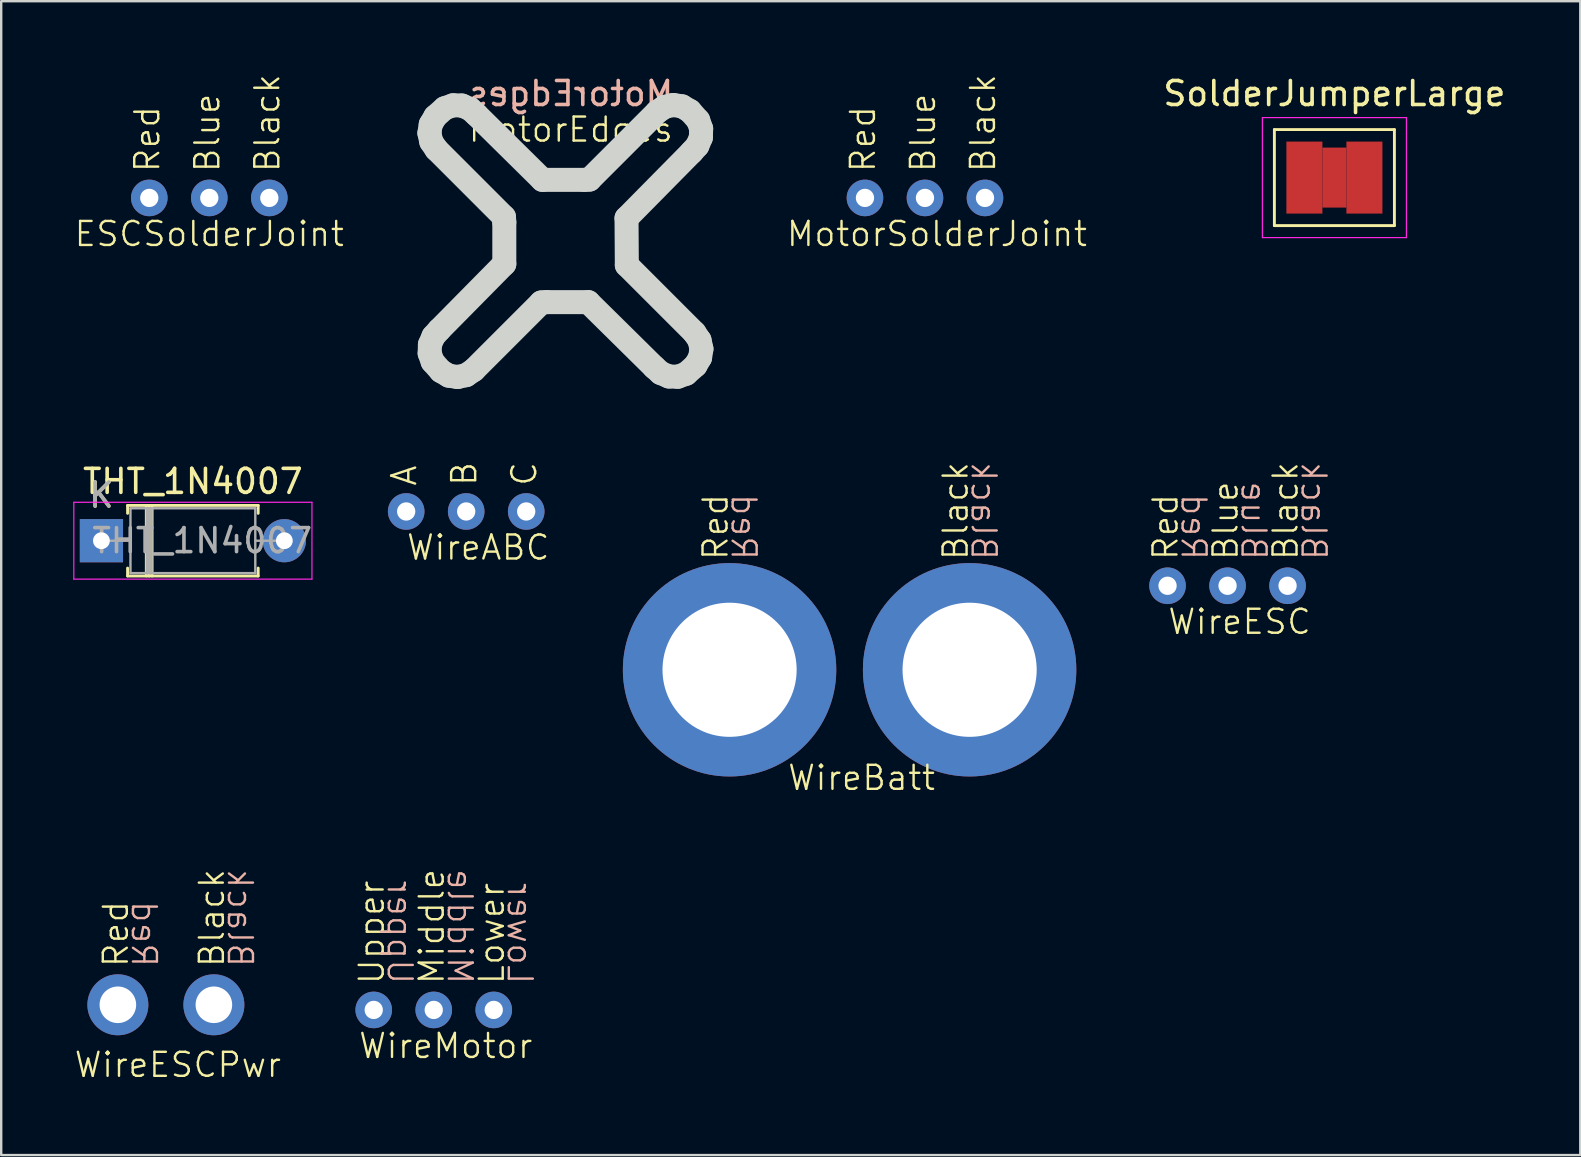
<source format=kicad_pcb>
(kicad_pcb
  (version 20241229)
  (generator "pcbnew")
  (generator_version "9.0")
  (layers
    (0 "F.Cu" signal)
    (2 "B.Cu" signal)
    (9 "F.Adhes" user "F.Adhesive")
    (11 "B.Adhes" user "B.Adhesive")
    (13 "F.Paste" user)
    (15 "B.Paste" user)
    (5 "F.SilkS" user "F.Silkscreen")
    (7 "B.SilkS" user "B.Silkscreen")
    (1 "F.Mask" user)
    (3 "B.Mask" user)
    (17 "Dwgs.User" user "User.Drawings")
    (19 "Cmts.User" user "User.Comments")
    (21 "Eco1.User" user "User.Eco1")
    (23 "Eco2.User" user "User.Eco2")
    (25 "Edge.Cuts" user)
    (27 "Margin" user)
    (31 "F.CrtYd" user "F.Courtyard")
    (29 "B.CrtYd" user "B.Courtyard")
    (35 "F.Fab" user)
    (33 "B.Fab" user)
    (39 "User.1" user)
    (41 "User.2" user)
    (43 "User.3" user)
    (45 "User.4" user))
  (footprint "WireBatt"
    (layer "F.Cu")
    (at 32.343 24.852)
    (property "Reference" "WireBatt" (at 0.5 4.5 0) (unlocked yes) (layer "F.SilkS") (effects (font (size 1 1) (thickness 0.1))))
    (fp_text user "Black" (at 5 -4.5 90) (unlocked yes) (layer "F.SilkS") (effects (font (size 1 1) (thickness 0.1)) (justify left bottom)))
    (fp_text user "Red" (at -5 -4.5 90) (unlocked yes) (layer "F.SilkS") (effects (font (size 1 1) (thickness 0.1)) (justify left bottom)))
    (fp_text user "Red" (at -5 -4.5 270) (unlocked yes) (layer "B.SilkS") (effects (font (size 1 1) (thickness 0.1)) (justify left bottom mirror)))
    (fp_text user "Black" (at 5 -4.5 270) (unlocked yes) (layer "B.SilkS") (effects (font (size 1 1) (thickness 0.1)) (justify left bottom mirror)))
    (pad "1" thru_hole circle (at -5 0) (size 8.89 8.89) (drill 5.588) (layers "*.Cu" "*.Mask"))
    (pad "2" thru_hole circle (at 5 0) (size 8.89 8.89) (drill 5.588) (layers "*.Cu" "*.Mask")))
  (footprint "WireMotor"
    (layer "F.Cu")
    (at 15.019 39.022)
    (property "Reference" "WireMotor" (at 0.5 1.5 0) (unlocked yes) (layer "F.SilkS") (effects (font (size 1 1) (thickness 0.1))))
    (fp_text user "Upper" (at -2 -1 90) (unlocked yes) (layer "F.SilkS") (effects (font (size 1 1) (thickness 0.1)) (justify left bottom)))
    (fp_text user "Lower" (at 3 -1 90) (unlocked yes) (layer "F.SilkS") (effects (font (size 1 1) (thickness 0.1)) (justify left bottom)))
    (fp_text user "Middle" (at 0.5 -1 90) (unlocked yes) (layer "F.SilkS") (effects (font (size 1 1) (thickness 0.1)) (justify left bottom)))
    (fp_text user "Upper" (at -2 -1 270) (unlocked yes) (layer "B.SilkS") (effects (font (size 1 1) (thickness 0.1)) (justify left bottom mirror)))
    (fp_text user "Middle" (at 0.5 -1 270) (unlocked yes) (layer "B.SilkS") (effects (font (size 1 1) (thickness 0.1)) (justify left bottom mirror)))
    (fp_text user "Lower" (at 3 -1 270) (unlocked yes) (layer "B.SilkS") (effects (font (size 1 1) (thickness 0.1)) (justify left bottom mirror)))
    (pad "1" thru_hole circle (at -2.5 0) (size 1.524 1.524) (drill 0.762) (layers "*.Cu" "*.Mask"))
    (pad "2" thru_hole circle (at 0 0) (size 1.524 1.524) (drill 0.762) (layers "*.Cu" "*.Mask"))
    (pad "3" thru_hole circle (at 2.5 0) (size 1.524 1.524) (drill 0.762) (layers "*.Cu" "*.Mask")))
  (footprint "WireABC"
    (layer "F.Cu")
    (at 16.371 18.257)
    (property "Reference" "WireABC" (at 0.5 1.5 0) (unlocked yes) (layer "F.SilkS") (effects (font (size 1 1) (thickness 0.1))))
    (fp_text user "B" (at 0.5 -1 90) (unlocked yes) (layer "F.SilkS") (effects (font (size 1 1) (thickness 0.1)) (justify left bottom)))
    (fp_text user "C" (at 3 -1 90) (unlocked yes) (layer "F.SilkS") (effects (font (size 1 1) (thickness 0.1)) (justify left bottom)))
    (fp_text user "A" (at -2 -1 90) (unlocked yes) (layer "F.SilkS") (effects (font (size 1 1) (thickness 0.1)) (justify left bottom)))
    (pad "1" thru_hole circle (at -2.5 0) (size 1.524 1.524) (drill 0.762) (layers "*.Cu" "*.Mask"))
    (pad "2" thru_hole circle (at 0 0) (size 1.524 1.524) (drill 0.762) (layers "*.Cu" "*.Mask"))
    (pad "3" thru_hole circle (at 2.5 0) (size 1.524 1.524) (drill 0.762) (layers "*.Cu" "*.Mask")))
  (footprint "ESCSolderJoint"
    (layer "F.Cu")
    (at 5.669 5.195)
    (property "Reference" "ESCSolderJoint" (at 0 1.5 0) (unlocked yes) (layer "F.SilkS") (effects (font (size 1 1) (thickness 0.1))))
    (fp_text user "Black" (at 3 -1 90) (unlocked yes) (layer "F.SilkS") (effects (font (size 1 1) (thickness 0.1)) (justify left bottom)))
    (fp_text user "Red" (at -2 -1 90) (unlocked yes) (layer "F.SilkS") (effects (font (size 1 1) (thickness 0.1)) (justify left bottom)))
    (fp_text user "Blue" (at 0.5 -1 90) (unlocked yes) (layer "F.SilkS") (effects (font (size 1 1) (thickness 0.1)) (justify left bottom)))
    (pad "1" thru_hole circle (at -2.5 0) (size 1.524 1.524) (drill 0.762) (layers "*.Cu" "*.Mask"))
    (pad "2" thru_hole circle (at 0 0) (size 1.524 1.524) (drill 0.762) (layers "*.Cu" "*.Mask"))
    (pad "3" thru_hole circle (at 2.5 0) (size 1.524 1.524) (drill 0.762) (layers "*.Cu" "*.Mask")))
  (footprint "THT_1N4007"
    (layer "F.Cu")
    (at 1.175 19.475)
    (property "Reference" "THT_1N4007" (at 3.81 -2.47 0) (layer "F.SilkS") (effects (font (size 1 1) (thickness 0.15))))
    (attr through_hole)
    (fp_line (start 1.09 -1.47) (end 6.53 -1.47) (stroke (width 0.12) (type solid)) (layer "F.SilkS"))
    (fp_line (start 1.09 -1.14) (end 1.09 -1.47) (stroke (width 0.12) (type solid)) (layer "F.SilkS"))
    (fp_line (start 1.09 1.14) (end 1.09 1.47) (stroke (width 0.12) (type solid)) (layer "F.SilkS"))
    (fp_line (start 1.09 1.47) (end 6.53 1.47) (stroke (width 0.12) (type solid)) (layer "F.SilkS"))
    (fp_line (start 1.87 -1.47) (end 1.87 1.47) (stroke (width 0.12) (type solid)) (layer "F.SilkS"))
    (fp_line (start 1.99 -1.47) (end 1.99 1.47) (stroke (width 0.12) (type solid)) (layer "F.SilkS"))
    (fp_line (start 2.11 -1.47) (end 2.11 1.47) (stroke (width 0.12) (type solid)) (layer "F.SilkS"))
    (fp_line (start 6.53 -1.47) (end 6.53 -1.14) (stroke (width 0.12) (type solid)) (layer "F.SilkS"))
    (fp_line (start 6.53 1.47) (end 6.53 1.14) (stroke (width 0.12) (type solid)) (layer "F.SilkS"))
    (fp_line (start -1.15 -1.6) (end -1.15 1.6) (stroke (width 0.05) (type solid)) (layer "F.CrtYd"))
    (fp_line (start -1.15 1.6) (end 8.77 1.6) (stroke (width 0.05) (type solid)) (layer "F.CrtYd"))
    (fp_line (start 8.77 -1.6) (end -1.15 -1.6) (stroke (width 0.05) (type solid)) (layer "F.CrtYd"))
    (fp_line (start 8.77 1.6) (end 8.77 -1.6) (stroke (width 0.05) (type solid)) (layer "F.CrtYd"))
    (fp_line (start 0 0) (end 1.21 0) (stroke (width 0.1) (type solid)) (layer "F.Fab"))
    (fp_line (start 1.21 -1.35) (end 1.21 1.35) (stroke (width 0.1) (type solid)) (layer "F.Fab"))
    (fp_line (start 1.21 1.35) (end 6.41 1.35) (stroke (width 0.1) (type solid)) (layer "F.Fab"))
    (fp_line (start 1.89 -1.35) (end 1.89 1.35) (stroke (width 0.1) (type solid)) (layer "F.Fab"))
    (fp_line (start 1.99 -1.35) (end 1.99 1.35) (stroke (width 0.1) (type solid)) (layer "F.Fab"))
    (fp_line (start 2.09 -1.35) (end 2.09 1.35) (stroke (width 0.1) (type solid)) (layer "F.Fab"))
    (fp_line (start 6.41 -1.35) (end 1.21 -1.35) (stroke (width 0.1) (type solid)) (layer "F.Fab"))
    (fp_line (start 6.41 1.35) (end 6.41 -1.35) (stroke (width 0.1) (type solid)) (layer "F.Fab"))
    (fp_line (start 7.62 0) (end 6.41 0) (stroke (width 0.1) (type solid)) (layer "F.Fab"))
    (fp_text user "K" (at 0 -1.9 0) (layer "F.SilkS") (effects (font (size 1 1) (thickness 0.15))))
    (fp_text user "K" (at 0 -1.9 0) (layer "F.Fab") (effects (font (size 1 1) (thickness 0.15))))
    (fp_text user "${REFERENCE}" (at 4.2 0 0) (layer "F.Fab") (effects (font (size 1 1) (thickness 0.15))))
    (pad "1" thru_hole rect (at 0 0) (size 1.8 1.8) (drill 0.7) (layers "*.Cu" "*.Mask"))
    (pad "2" thru_hole oval (at 7.62 0) (size 1.8 1.8) (drill 0.7) (layers "*.Cu" "*.Mask")))
  (footprint "SolderJumperLarge"
    (layer "F.Cu")
    (at 52.539 4.348)
    (property "Reference" "SolderJumperLarge" (at 0 -3.5 0) (layer "F.SilkS") (effects (font (size 1 1) (thickness 0.15))))
    (attr exclude_from_pos_files exclude_from_bom)
    (fp_poly (pts (xy -0.5 -1.25) (xy 0.5 -1.25) (xy 0.5 1.25) (xy -0.5 1.25)) (stroke (width 0) (type solid)) (fill yes) (layer "F.Cu"))
    (fp_line (start -2.5 -2) (end 2.5 -2) (stroke (width 0.12) (type solid)) (layer "F.SilkS"))
    (fp_line (start -2.5 2) (end -2.5 -2) (stroke (width 0.12) (type solid)) (layer "F.SilkS"))
    (fp_line (start 2.5 -2) (end 2.5 2) (stroke (width 0.12) (type solid)) (layer "F.SilkS"))
    (fp_line (start 2.5 2) (end -2.5 2) (stroke (width 0.12) (type solid)) (layer "F.SilkS"))
    (fp_line (start -3 -2.5) (end -3 2.5) (stroke (width 0.05) (type solid)) (layer "F.CrtYd"))
    (fp_line (start -3 -2.5) (end 3 -2.5) (stroke (width 0.05) (type solid)) (layer "F.CrtYd"))
    (fp_line (start 3 2.5) (end -3 2.5) (stroke (width 0.05) (type solid)) (layer "F.CrtYd"))
    (fp_line (start 3 2.5) (end 3 -2.5) (stroke (width 0.05) (type solid)) (layer "F.CrtYd"))
    (pad "1" smd rect (at -1.25 0) (size 1.5 3) (layers "F.Cu" "F.Mask"))
    (pad "2" smd rect (at 1.25 0) (size 1.5 3) (layers "F.Cu" "F.Mask")))
  (footprint "MotorSolderJoint"
    (layer "F.Cu")
    (at 35.483 5.195)
    (property "Reference" "MotorSolderJoint" (at 0.5 1.5 0) (unlocked yes) (layer "F.SilkS") (effects (font (size 1 1) (thickness 0.1))))
    (fp_text user "Blue" (at 0.5 -1 90) (unlocked yes) (layer "F.SilkS") (effects (font (size 1 1) (thickness 0.1)) (justify left bottom)))
    (fp_text user "Black" (at 3 -1 90) (unlocked yes) (layer "F.SilkS") (effects (font (size 1 1) (thickness 0.1)) (justify left bottom)))
    (fp_text user "Red" (at -2 -1 90) (unlocked yes) (layer "F.SilkS") (effects (font (size 1 1) (thickness 0.1)) (justify left bottom)))
    (pad "1" thru_hole circle (at -2.5 0) (size 1.524 1.524) (drill 0.762) (layers "*.Cu" "*.Mask"))
    (pad "2" thru_hole circle (at 0 0) (size 1.524 1.524) (drill 0.762) (layers "*.Cu" "*.Mask"))
    (pad "3" thru_hole circle (at 2.5 0) (size 1.524 1.524) (drill 0.762) (layers "*.Cu" "*.Mask")))
  (footprint "WireESCPwr"
    (layer "F.Cu")
    (at 3.86 38.808)
    (property "Reference" "WireESCPwr" (at 0.5 2.5 0) (unlocked yes) (layer "F.SilkS") (effects (font (size 1 1) (thickness 0.1))))
    (fp_text user "Black" (at 2.5 -1.5 90) (unlocked yes) (layer "F.SilkS") (effects (font (size 1 1) (thickness 0.1)) (justify left bottom)))
    (fp_text user "Red" (at -1.5 -1.5 90) (unlocked yes) (layer "F.SilkS") (effects (font (size 1 1) (thickness 0.1)) (justify left bottom)))
    (fp_text user "Red" (at -1.5 -1.5 270) (unlocked yes) (layer "B.SilkS") (effects (font (size 1 1) (thickness 0.1)) (justify left bottom mirror)))
    (fp_text user "Black" (at 2.5 -1.5 270) (unlocked yes) (layer "B.SilkS") (effects (font (size 1 1) (thickness 0.1)) (justify left bottom mirror)))
    (pad "1" thru_hole circle (at -2 0) (size 2.54 2.54) (drill 1.524) (layers "*.Cu" "*.Mask"))
    (pad "2" thru_hole circle (at 2 0) (size 2.54 2.54) (drill 1.524) (layers "*.Cu" "*.Mask")))
  (footprint "WireESC"
    (layer "F.Cu")
    (at 48.088 21.352)
    (property "Reference" "WireESC" (at 0.5 1.5 0) (unlocked yes) (layer "F.SilkS") (effects (font (size 1 1) (thickness 0.1))))
    (fp_text user "Red" (at -2 -1 90) (unlocked yes) (layer "F.SilkS") (effects (font (size 1 1) (thickness 0.1)) (justify left bottom)))
    (fp_text user "Blue" (at 0.5 -1 90) (unlocked yes) (layer "F.SilkS") (effects (font (size 1 1) (thickness 0.1)) (justify left bottom)))
    (fp_text user "Black" (at 3 -1 90) (unlocked yes) (layer "F.SilkS") (effects (font (size 1 1) (thickness 0.1)) (justify left bottom)))
    (fp_text user "Blue" (at 0.5 -1 270) (unlocked yes) (layer "B.SilkS") (effects (font (size 1 1) (thickness 0.1)) (justify left bottom mirror)))
    (fp_text user "Red" (at -2 -1 270) (unlocked yes) (layer "B.SilkS") (effects (font (size 1 1) (thickness 0.1)) (justify left bottom mirror)))
    (fp_text user "Black" (at 3 -1 270) (unlocked yes) (layer "B.SilkS") (effects (font (size 1 1) (thickness 0.1)) (justify left bottom mirror)))
    (pad "1" thru_hole circle (at -2.5 0) (size 1.524 1.524) (drill 0.762) (layers "*.Cu" "*.Mask"))
    (pad "2" thru_hole circle (at 0 0) (size 1.524 1.524) (drill 0.762) (layers "*.Cu" "*.Mask"))
    (pad "3" thru_hole circle (at 2.5 0) (size 1.524 1.524) (drill 0.762) (layers "*.Cu" "*.Mask")))
  (footprint "MotorEdges"
    (layer "F.Cu")
    (at 20.228 7.348)
    (property "Reference" "MotorEdges" (at 0.5 -5 0) (unlocked yes) (layer "F.SilkS") (effects (font (size 1 1) (thickness 0.1))))
    (fp_line (start -5.39 -4.853) (end -5.312 -4.493) (stroke (width 1) (type default)) (layer "Edge.Cuts"))
    (fp_line (start -5.379 4.32) (end -5.255 4.67) (stroke (width 1) (type default)) (layer "Edge.Cuts"))
    (fp_line (start -5.368 3.954) (end -5.379 4.32) (stroke (width 1) (type default)) (layer "Edge.Cuts"))
    (fp_line (start -5.334 -5.216) (end -5.39 -4.853) (stroke (width 1) (type default)) (layer "Edge.Cuts"))
    (fp_line (start -5.312 -4.493) (end -5.098 -4.176) (stroke (width 1) (type default)) (layer "Edge.Cuts"))
    (fp_line (start -5.255 4.67) (end -4.908 5.061) (stroke (width 1) (type default)) (layer "Edge.Cuts"))
    (fp_line (start -5.221 3.611) (end -5.368 3.954) (stroke (width 1) (type default)) (layer "Edge.Cuts"))
    (fp_line (start -5.143 -5.543) (end -5.334 -5.216) (stroke (width 1) (type default)) (layer "Edge.Cuts"))
    (fp_line (start -5.098 -4.176) (end -2.283 -1.361) (stroke (width 1) (type default)) (layer "Edge.Cuts"))
    (fp_line (start -4.985 3.348) (end -5.221 3.611) (stroke (width 1) (type default)) (layer "Edge.Cuts"))
    (fp_line (start -4.908 5.061) (end -4.582 5.252) (stroke (width 1) (type default)) (layer "Edge.Cuts"))
    (fp_line (start -4.752 -5.89) (end -5.143 -5.543) (stroke (width 1) (type default)) (layer "Edge.Cuts"))
    (fp_line (start -4.582 5.252) (end -4.219 5.308) (stroke (width 1) (type default)) (layer "Edge.Cuts"))
    (fp_line (start -4.402 -6.013) (end -4.752 -5.89) (stroke (width 1) (type default)) (layer "Edge.Cuts"))
    (fp_line (start -4.219 5.308) (end -3.859 5.23) (stroke (width 1) (type default)) (layer "Edge.Cuts"))
    (fp_line (start -4.036 -6.002) (end -4.402 -6.013) (stroke (width 1) (type default)) (layer "Edge.Cuts"))
    (fp_line (start -3.859 5.23) (end -3.542 5.016) (stroke (width 1) (type default)) (layer "Edge.Cuts"))
    (fp_line (start -3.692 -5.856) (end -4.036 -6.002) (stroke (width 1) (type default)) (layer "Edge.Cuts"))
    (fp_line (start -3.542 5.016) (end -0.727 2.201) (stroke (width 1) (type default)) (layer "Edge.Cuts"))
    (fp_line (start -3.43 -5.62) (end -3.692 -5.856) (stroke (width 1) (type default)) (layer "Edge.Cuts"))
    (fp_line (start -2.283 -1.361) (end -2.269 -1.142) (stroke (width 1) (type default)) (layer "Edge.Cuts"))
    (fp_line (start -2.269 -1.142) (end -2.269 0.596) (stroke (width 1) (type default)) (layer "Edge.Cuts"))
    (fp_line (start -2.269 0.596) (end -4.985 3.348) (stroke (width 1) (type default)) (layer "Edge.Cuts"))
    (fp_line (start -0.727 2.201) (end -0.508 2.188) (stroke (width 1) (type default)) (layer "Edge.Cuts"))
    (fp_line (start -0.678 -2.904) (end -3.43 -5.62) (stroke (width 1) (type default)) (layer "Edge.Cuts"))
    (fp_line (start -0.508 2.188) (end 1.23 2.188) (stroke (width 1) (type default)) (layer "Edge.Cuts"))
    (fp_line (start 1.06 -2.904) (end -0.678 -2.904) (stroke (width 1) (type default)) (layer "Edge.Cuts"))
    (fp_line (start 1.23 2.188) (end 3.982 4.904) (stroke (width 1) (type default)) (layer "Edge.Cuts"))
    (fp_line (start 1.279 -2.917) (end 1.06 -2.904) (stroke (width 1) (type default)) (layer "Edge.Cuts"))
    (fp_line (start 2.822 -1.312) (end 5.538 -4.064) (stroke (width 1) (type default)) (layer "Edge.Cuts"))
    (fp_line (start 2.835 0.645) (end 2.822 -1.312) (stroke (width 1) (type default)) (layer "Edge.Cuts"))
    (fp_line (start 3.982 4.904) (end 4.245 5.14) (stroke (width 1) (type default)) (layer "Edge.Cuts"))
    (fp_line (start 4.095 -5.732) (end 1.279 -2.917) (stroke (width 1) (type default)) (layer "Edge.Cuts"))
    (fp_line (start 4.245 5.14) (end 4.588 5.286) (stroke (width 1) (type default)) (layer "Edge.Cuts"))
    (fp_line (start 4.411 -5.946) (end 4.095 -5.732) (stroke (width 1) (type default)) (layer "Edge.Cuts"))
    (fp_line (start 4.588 5.286) (end 4.955 5.297) (stroke (width 1) (type default)) (layer "Edge.Cuts"))
    (fp_line (start 4.771 -6.025) (end 4.411 -5.946) (stroke (width 1) (type default)) (layer "Edge.Cuts"))
    (fp_line (start 4.955 5.297) (end 5.305 5.173) (stroke (width 1) (type default)) (layer "Edge.Cuts"))
    (fp_line (start 5.134 -5.968) (end 4.771 -6.025) (stroke (width 1) (type default)) (layer "Edge.Cuts"))
    (fp_line (start 5.305 5.173) (end 5.695 4.827) (stroke (width 1) (type default)) (layer "Edge.Cuts"))
    (fp_line (start 5.461 -5.777) (end 5.134 -5.968) (stroke (width 1) (type default)) (layer "Edge.Cuts"))
    (fp_line (start 5.538 -4.064) (end 5.774 -4.327) (stroke (width 1) (type default)) (layer "Edge.Cuts"))
    (fp_line (start 5.65 3.46) (end 2.835 0.645) (stroke (width 1) (type default)) (layer "Edge.Cuts"))
    (fp_line (start 5.695 4.827) (end 5.886 4.5) (stroke (width 1) (type default)) (layer "Edge.Cuts"))
    (fp_line (start 5.774 -4.327) (end 5.92 -4.67) (stroke (width 1) (type default)) (layer "Edge.Cuts"))
    (fp_line (start 5.808 -5.387) (end 5.461 -5.777) (stroke (width 1) (type default)) (layer "Edge.Cuts"))
    (fp_line (start 5.864 3.777) (end 5.65 3.46) (stroke (width 1) (type default)) (layer "Edge.Cuts"))
    (fp_line (start 5.886 4.5) (end 5.943 4.137) (stroke (width 1) (type default)) (layer "Edge.Cuts"))
    (fp_line (start 5.92 -4.67) (end 5.931 -5.037) (stroke (width 1) (type default)) (layer "Edge.Cuts"))
    (fp_line (start 5.931 -5.037) (end 5.808 -5.387) (stroke (width 1) (type default)) (layer "Edge.Cuts"))
    (fp_line (start 5.943 4.137) (end 5.864 3.777) (stroke (width 1) (type default)) (layer "Edge.Cuts"))
    (fp_text user "${REFERENCE}" (at 0.5 -6.5 0) (unlocked yes) (layer "B.SilkS") (effects (font (size 1 1) (thickness 0.15)) (justify mirror))))
  (gr_rect
    (start -3 -3)
    (end 62.783 45.068)
    (stroke (width 0.1) (type default))
    (fill no)
    (layer "Edge.Cuts")))
</source>
